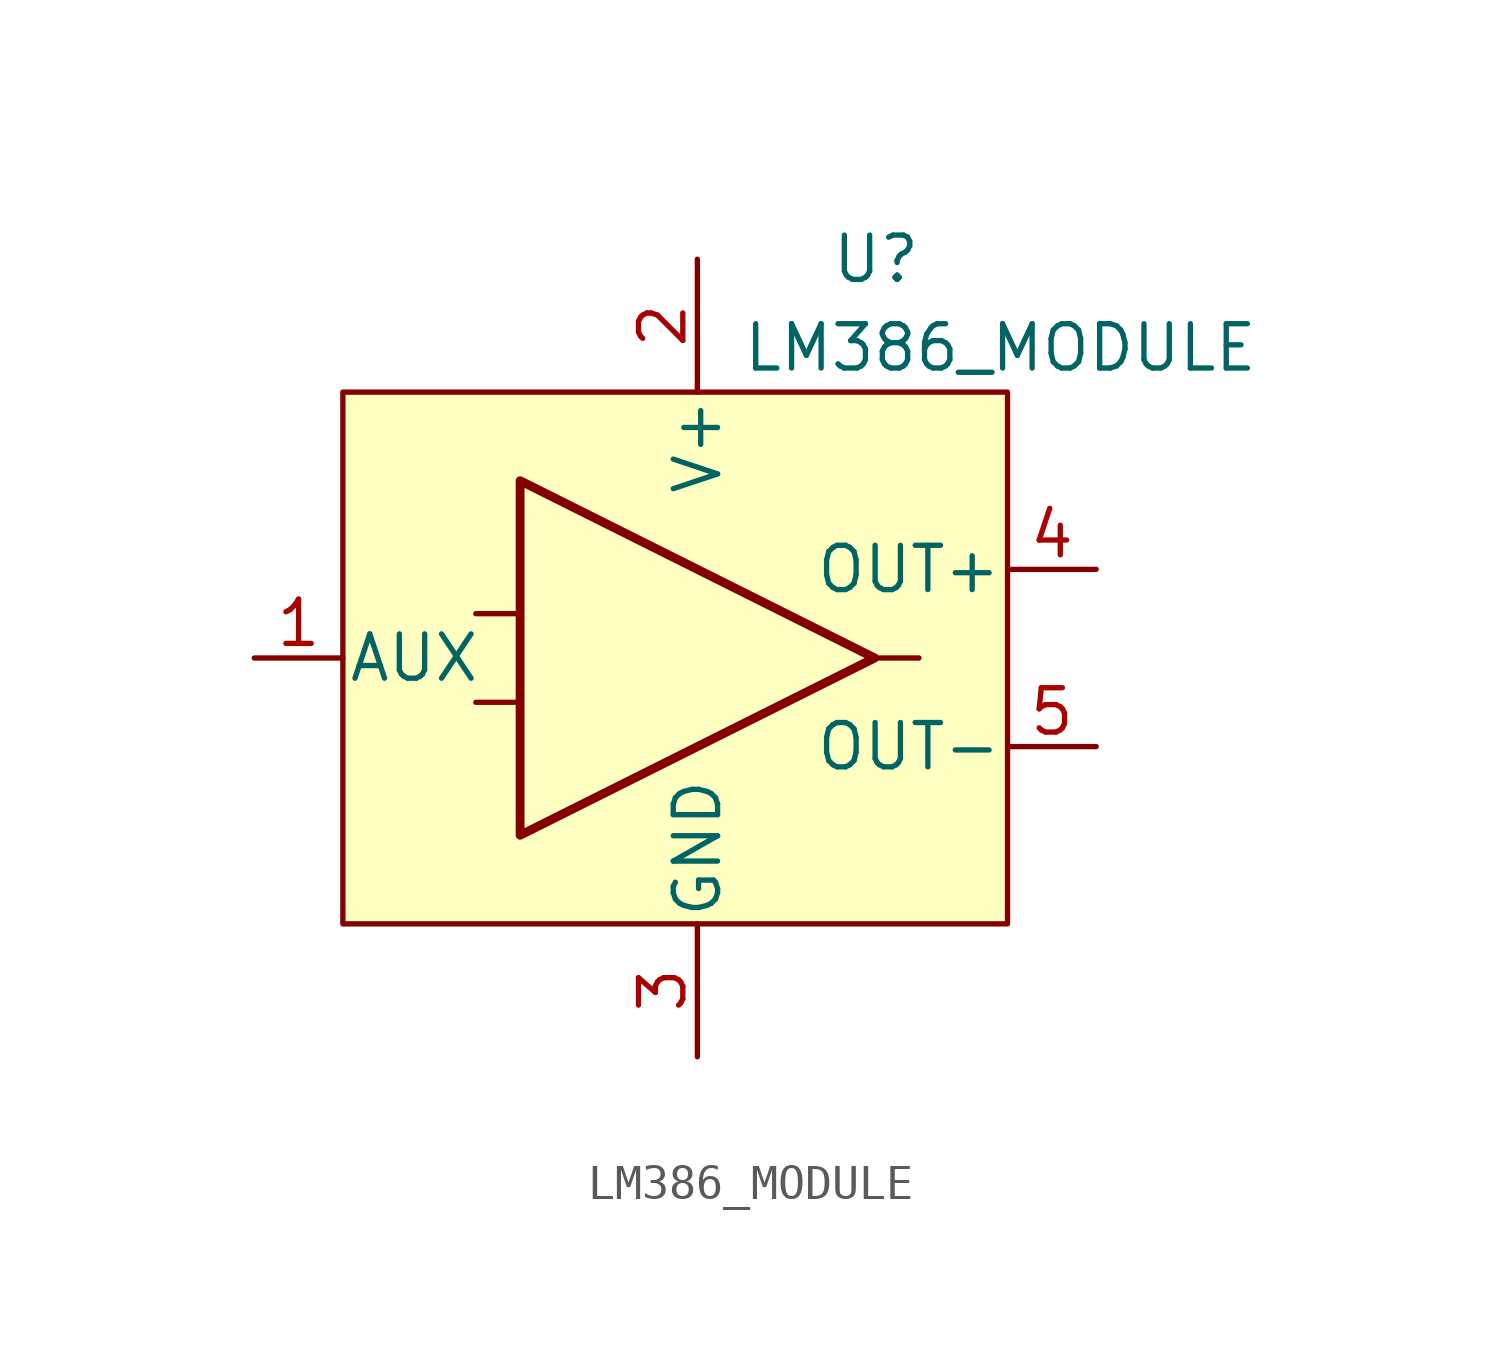
<source format=kicad_sym>
(kicad_symbol_lib
  (version 20220914)
  (generator kicad_symbol_editor)
  (symbol "LM386_MODULE"
    (pin_names
      (offset 0.127))
    (property "Reference" "U"
      (at 3.81 11.43 0)
      (effects (font (size 1.27 1.27)) (justify left)))
    (property "Value" "LM386_MODULE"
      (at 1.27 8.89 0)
      (effects (font (size 1.27 1.27)) (justify left)))
    (symbol "LM386_MODULE_0_1"
      (rectangle (start -10.16 7.62) (end 8.89 -7.62) (stroke (width 0) (type default)) (fill (type background)))
      (polyline (pts (xy -5.08 -1.27) (xy -6.35 -1.27)) (stroke (width 0) (type default)) (fill (type none)))
      (polyline (pts (xy -5.08 1.27) (xy -6.35 1.27)) (stroke (width 0) (type default)) (fill (type none)))
      (polyline (pts (xy 5.08 0) (xy 6.35 0)) (stroke (width 0) (type default)) (fill (type none)))
      (polyline (pts (xy 5.08 0) (xy -5.08 5.08) (xy -5.08 -5.08) (xy 5.08 0)) (stroke (width 0.254) (type default)) (fill (type background))))
    (symbol "LM386_MODULE_1_1"
      (pin input line (at -12.7 0 0) (length 2.54) (name "AUX" (effects (font (size 1.27 1.27)))) (number "1" (effects (font (size 1.27 1.27)))))
      (pin power_in line (at 0 11.43 270) (length 3.81) (name "V+" (effects (font (size 1.27 1.27)))) (number "2" (effects (font (size 1.27 1.27)))))
      (pin power_in line (at 0 -11.43 90) (length 3.81) (name "GND" (effects (font (size 1.27 1.27)))) (number "3" (effects (font (size 1.27 1.27)))))
      (pin output line (at 11.43 2.54 180) (length 2.54) (name "OUT+" (effects (font (size 1.27 1.27)))) (number "4" (effects (font (size 1.27 1.27)))))
      (pin output line (at 11.43 -2.54 180) (length 2.54) (name "OUT-" (effects (font (size 1.27 1.27)))) (number "5" (effects (font (size 1.27 1.27))))))))
</source>
